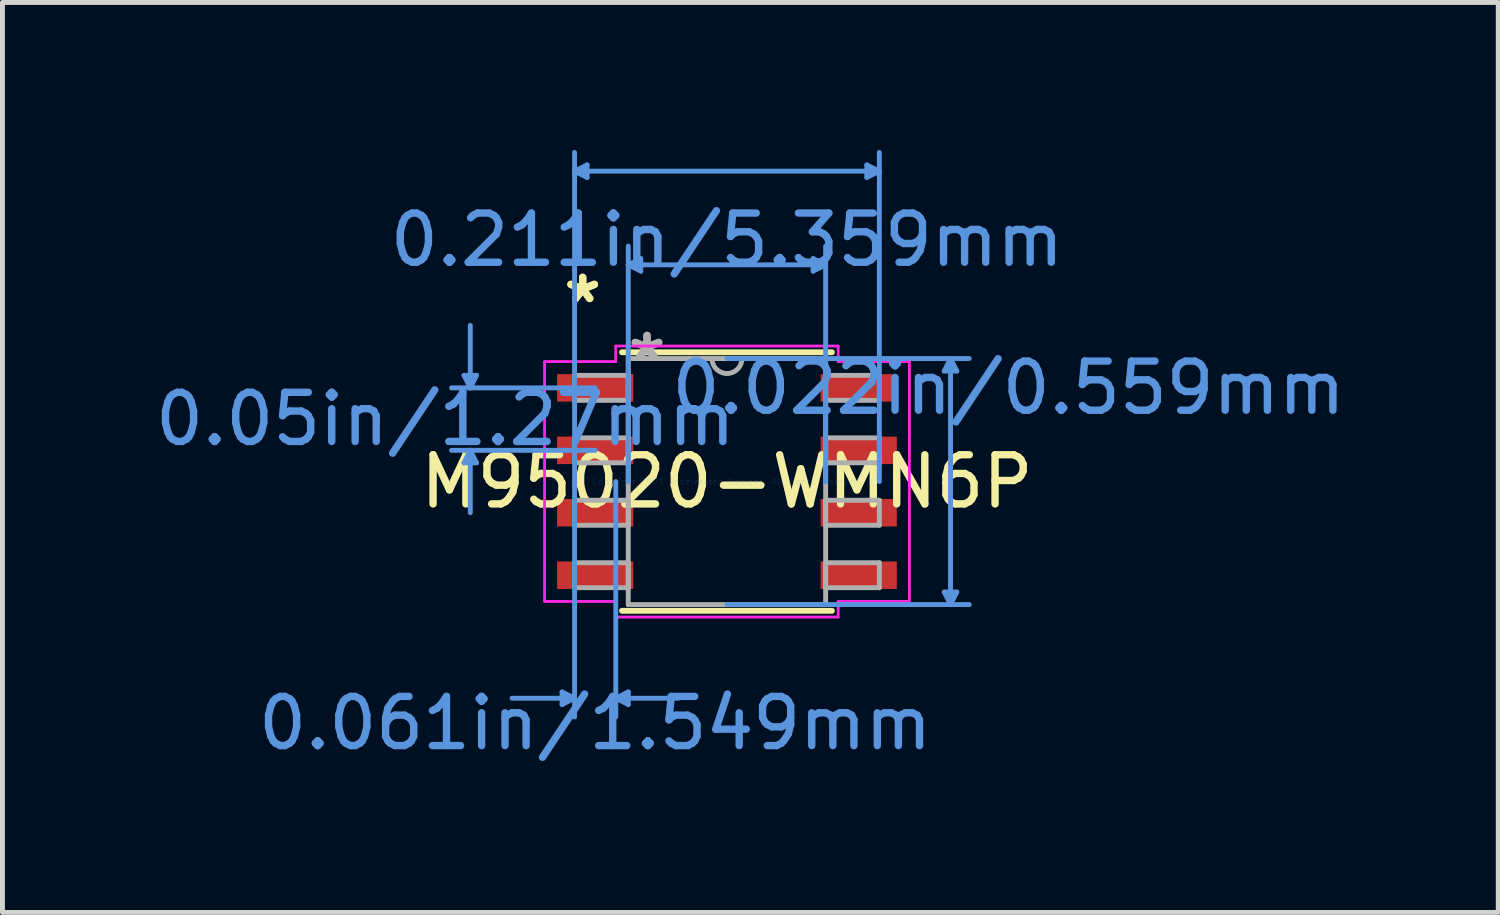
<source format=kicad_pcb>
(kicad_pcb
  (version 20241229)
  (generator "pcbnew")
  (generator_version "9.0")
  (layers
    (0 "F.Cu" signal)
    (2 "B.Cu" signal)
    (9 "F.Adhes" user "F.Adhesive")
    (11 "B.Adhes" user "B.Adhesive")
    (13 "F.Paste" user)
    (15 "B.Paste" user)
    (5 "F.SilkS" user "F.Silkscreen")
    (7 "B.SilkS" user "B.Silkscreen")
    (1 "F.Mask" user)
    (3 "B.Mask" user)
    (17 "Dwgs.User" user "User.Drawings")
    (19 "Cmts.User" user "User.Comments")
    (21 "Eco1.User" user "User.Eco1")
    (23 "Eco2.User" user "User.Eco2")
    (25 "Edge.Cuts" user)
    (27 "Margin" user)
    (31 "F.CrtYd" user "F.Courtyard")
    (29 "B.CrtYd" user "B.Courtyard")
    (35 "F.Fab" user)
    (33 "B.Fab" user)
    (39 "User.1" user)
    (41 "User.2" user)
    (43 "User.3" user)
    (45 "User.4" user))
  (footprint "M95020-WMN6P"
    (layer "F.Cu")
    (at 11.734 6.743)
    (property "Reference" "M95020-WMN6P" (at 0 0 0) (layer "F.SilkS") (effects (font (size 1 1) (thickness 0.15))))
    (attr through_hole)
    (fp_line (start -2.134 2.629) (end 2.134 2.629) (stroke (width 0.12) (type solid)) (layer "F.SilkS"))
    (fp_line (start 2.134 -2.629) (end -2.134 -2.629) (stroke (width 0.12) (type solid)) (layer "F.SilkS"))
    (fp_line (start -5.347 -2.159) (end -5.093 -2.159) (stroke (width 0.1) (type solid)) (layer "Cmts.User"))
    (fp_line (start -5.347 -0.381) (end -5.093 -0.381) (stroke (width 0.1) (type solid)) (layer "Cmts.User"))
    (fp_line (start -5.22 -1.905) (end -5.347 -2.159) (stroke (width 0.1) (type solid)) (layer "Cmts.User"))
    (fp_line (start -5.22 -1.905) (end -5.22 -3.175) (stroke (width 0.1) (type solid)) (layer "Cmts.User"))
    (fp_line (start -5.22 -1.905) (end -5.093 -2.159) (stroke (width 0.1) (type solid)) (layer "Cmts.User"))
    (fp_line (start -5.22 -0.635) (end -5.347 -0.381) (stroke (width 0.1) (type solid)) (layer "Cmts.User"))
    (fp_line (start -5.22 -0.635) (end -5.22 0.635) (stroke (width 0.1) (type solid)) (layer "Cmts.User"))
    (fp_line (start -5.22 -0.635) (end -5.093 -0.381) (stroke (width 0.1) (type solid)) (layer "Cmts.User"))
    (fp_line (start -3.353 4.28) (end -3.353 4.534) (stroke (width 0.1) (type solid)) (layer "Cmts.User"))
    (fp_line (start -3.099 -6.312) (end -2.845 -6.439) (stroke (width 0.1) (type solid)) (layer "Cmts.User"))
    (fp_line (start -3.099 -6.312) (end -2.845 -6.185) (stroke (width 0.1) (type solid)) (layer "Cmts.User"))
    (fp_line (start -3.099 -6.312) (end 3.099 -6.312) (stroke (width 0.1) (type solid)) (layer "Cmts.User"))
    (fp_line (start -3.099 0) (end -3.099 -6.693) (stroke (width 0.1) (type solid)) (layer "Cmts.User"))
    (fp_line (start -3.099 0) (end -3.099 4.788) (stroke (width 0.1) (type solid)) (layer "Cmts.User"))
    (fp_line (start -3.099 4.407) (end -4.369 4.407) (stroke (width 0.1) (type solid)) (layer "Cmts.User"))
    (fp_line (start -3.099 4.407) (end -3.353 4.28) (stroke (width 0.1) (type solid)) (layer "Cmts.User"))
    (fp_line (start -3.099 4.407) (end -3.353 4.534) (stroke (width 0.1) (type solid)) (layer "Cmts.User"))
    (fp_line (start -2.845 -6.439) (end -2.845 -6.185) (stroke (width 0.1) (type solid)) (layer "Cmts.User"))
    (fp_line (start -2.68 -1.905) (end -5.601 -1.905) (stroke (width 0.1) (type solid)) (layer "Cmts.User"))
    (fp_line (start -2.68 -0.635) (end -5.601 -0.635) (stroke (width 0.1) (type solid)) (layer "Cmts.User"))
    (fp_line (start -2.261 0) (end -2.261 4.788) (stroke (width 0.1) (type solid)) (layer "Cmts.User"))
    (fp_line (start -2.261 4.407) (end -2.007 4.28) (stroke (width 0.1) (type solid)) (layer "Cmts.User"))
    (fp_line (start -2.261 4.407) (end -2.007 4.534) (stroke (width 0.1) (type solid)) (layer "Cmts.User"))
    (fp_line (start -2.261 4.407) (end -0.991 4.407) (stroke (width 0.1) (type solid)) (layer "Cmts.User"))
    (fp_line (start -2.007 -4.407) (end -1.753 -4.534) (stroke (width 0.1) (type solid)) (layer "Cmts.User"))
    (fp_line (start -2.007 -4.407) (end -1.753 -4.28) (stroke (width 0.1) (type solid)) (layer "Cmts.User"))
    (fp_line (start -2.007 -4.407) (end 2.007 -4.407) (stroke (width 0.1) (type solid)) (layer "Cmts.User"))
    (fp_line (start -2.007 0) (end -2.007 -4.788) (stroke (width 0.1) (type solid)) (layer "Cmts.User"))
    (fp_line (start -2.007 4.28) (end -2.007 4.534) (stroke (width 0.1) (type solid)) (layer "Cmts.User"))
    (fp_line (start -1.753 -4.534) (end -1.753 -4.28) (stroke (width 0.1) (type solid)) (layer "Cmts.User"))
    (fp_line (start 0 -2.502) (end 4.928 -2.502) (stroke (width 0.1) (type solid)) (layer "Cmts.User"))
    (fp_line (start 0 2.502) (end 4.928 2.502) (stroke (width 0.1) (type solid)) (layer "Cmts.User"))
    (fp_line (start 1.753 -4.534) (end 1.753 -4.28) (stroke (width 0.1) (type solid)) (layer "Cmts.User"))
    (fp_line (start 2.007 -4.407) (end 1.753 -4.534) (stroke (width 0.1) (type solid)) (layer "Cmts.User"))
    (fp_line (start 2.007 -4.407) (end 1.753 -4.28) (stroke (width 0.1) (type solid)) (layer "Cmts.User"))
    (fp_line (start 2.007 0) (end 2.007 -4.788) (stroke (width 0.1) (type solid)) (layer "Cmts.User"))
    (fp_line (start 2.845 -6.439) (end 2.845 -6.185) (stroke (width 0.1) (type solid)) (layer "Cmts.User"))
    (fp_line (start 3.099 -6.312) (end 2.845 -6.439) (stroke (width 0.1) (type solid)) (layer "Cmts.User"))
    (fp_line (start 3.099 -6.312) (end 2.845 -6.185) (stroke (width 0.1) (type solid)) (layer "Cmts.User"))
    (fp_line (start 3.099 0) (end 3.099 -6.693) (stroke (width 0.1) (type solid)) (layer "Cmts.User"))
    (fp_line (start 4.42 -2.248) (end 4.674 -2.248) (stroke (width 0.1) (type solid)) (layer "Cmts.User"))
    (fp_line (start 4.42 2.248) (end 4.674 2.248) (stroke (width 0.1) (type solid)) (layer "Cmts.User"))
    (fp_line (start 4.547 -2.502) (end 4.42 -2.248) (stroke (width 0.1) (type solid)) (layer "Cmts.User"))
    (fp_line (start 4.547 -2.502) (end 4.547 2.502) (stroke (width 0.1) (type solid)) (layer "Cmts.User"))
    (fp_line (start 4.547 -2.502) (end 4.674 -2.248) (stroke (width 0.1) (type solid)) (layer "Cmts.User"))
    (fp_line (start 4.547 2.502) (end 4.42 2.248) (stroke (width 0.1) (type solid)) (layer "Cmts.User"))
    (fp_line (start 4.547 2.502) (end 4.674 2.248) (stroke (width 0.1) (type solid)) (layer "Cmts.User"))
    (fp_line (start -3.708 -2.438) (end -2.261 -2.438) (stroke (width 0.05) (type solid)) (layer "F.CrtYd"))
    (fp_line (start -3.708 -2.438) (end -2.261 -2.438) (stroke (width 0.05) (type solid)) (layer "F.CrtYd"))
    (fp_line (start -3.708 2.438) (end -3.708 -2.438) (stroke (width 0.05) (type solid)) (layer "F.CrtYd"))
    (fp_line (start -3.708 2.438) (end -3.708 -2.438) (stroke (width 0.05) (type solid)) (layer "F.CrtYd"))
    (fp_line (start -3.708 2.438) (end -2.261 2.438) (stroke (width 0.05) (type solid)) (layer "F.CrtYd"))
    (fp_line (start -2.261 -2.756) (end 2.261 -2.756) (stroke (width 0.05) (type solid)) (layer "F.CrtYd"))
    (fp_line (start -2.261 -2.756) (end 2.261 -2.756) (stroke (width 0.05) (type solid)) (layer "F.CrtYd"))
    (fp_line (start -2.261 -2.438) (end -2.261 -2.756) (stroke (width 0.05) (type solid)) (layer "F.CrtYd"))
    (fp_line (start -2.261 -2.438) (end -2.261 -2.756) (stroke (width 0.05) (type solid)) (layer "F.CrtYd"))
    (fp_line (start -2.261 2.438) (end -3.708 2.438) (stroke (width 0.05) (type solid)) (layer "F.CrtYd"))
    (fp_line (start -2.261 2.756) (end -2.261 2.438) (stroke (width 0.05) (type solid)) (layer "F.CrtYd"))
    (fp_line (start -2.261 2.756) (end -2.261 2.438) (stroke (width 0.05) (type solid)) (layer "F.CrtYd"))
    (fp_line (start 2.261 -2.756) (end 2.261 -2.438) (stroke (width 0.05) (type solid)) (layer "F.CrtYd"))
    (fp_line (start 2.261 -2.756) (end 2.261 -2.438) (stroke (width 0.05) (type solid)) (layer "F.CrtYd"))
    (fp_line (start 2.261 -2.438) (end 3.708 -2.438) (stroke (width 0.05) (type solid)) (layer "F.CrtYd"))
    (fp_line (start 2.261 2.438) (end 2.261 2.756) (stroke (width 0.05) (type solid)) (layer "F.CrtYd"))
    (fp_line (start 2.261 2.438) (end 2.261 2.756) (stroke (width 0.05) (type solid)) (layer "F.CrtYd"))
    (fp_line (start 2.261 2.756) (end -2.261 2.756) (stroke (width 0.05) (type solid)) (layer "F.CrtYd"))
    (fp_line (start 2.261 2.756) (end -2.261 2.756) (stroke (width 0.05) (type solid)) (layer "F.CrtYd"))
    (fp_line (start 3.708 -2.438) (end 2.261 -2.438) (stroke (width 0.05) (type solid)) (layer "F.CrtYd"))
    (fp_line (start 3.708 -2.438) (end 3.708 2.438) (stroke (width 0.05) (type solid)) (layer "F.CrtYd"))
    (fp_line (start 3.708 -2.438) (end 3.708 2.438) (stroke (width 0.05) (type solid)) (layer "F.CrtYd"))
    (fp_line (start 3.708 2.438) (end 2.261 2.438) (stroke (width 0.05) (type solid)) (layer "F.CrtYd"))
    (fp_line (start 3.708 2.438) (end 2.261 2.438) (stroke (width 0.05) (type solid)) (layer "F.CrtYd"))
    (fp_line (start -3.099 -2.159) (end -3.099 -1.651) (stroke (width 0.1) (type solid)) (layer "F.Fab"))
    (fp_line (start -3.099 -1.651) (end -2.007 -1.651) (stroke (width 0.1) (type solid)) (layer "F.Fab"))
    (fp_line (start -3.099 -0.889) (end -3.099 -0.381) (stroke (width 0.1) (type solid)) (layer "F.Fab"))
    (fp_line (start -3.099 -0.381) (end -2.007 -0.381) (stroke (width 0.1) (type solid)) (layer "F.Fab"))
    (fp_line (start -3.099 0.381) (end -3.099 0.889) (stroke (width 0.1) (type solid)) (layer "F.Fab"))
    (fp_line (start -3.099 0.889) (end -2.007 0.889) (stroke (width 0.1) (type solid)) (layer "F.Fab"))
    (fp_line (start -3.099 1.651) (end -3.099 2.159) (stroke (width 0.1) (type solid)) (layer "F.Fab"))
    (fp_line (start -3.099 2.159) (end -2.007 2.159) (stroke (width 0.1) (type solid)) (layer "F.Fab"))
    (fp_line (start -2.007 -2.502) (end -2.007 2.502) (stroke (width 0.1) (type solid)) (layer "F.Fab"))
    (fp_line (start -2.007 -2.159) (end -3.099 -2.159) (stroke (width 0.1) (type solid)) (layer "F.Fab"))
    (fp_line (start -2.007 -1.651) (end -2.007 -2.159) (stroke (width 0.1) (type solid)) (layer "F.Fab"))
    (fp_line (start -2.007 -0.889) (end -3.099 -0.889) (stroke (width 0.1) (type solid)) (layer "F.Fab"))
    (fp_line (start -2.007 -0.381) (end -2.007 -0.889) (stroke (width 0.1) (type solid)) (layer "F.Fab"))
    (fp_line (start -2.007 0.381) (end -3.099 0.381) (stroke (width 0.1) (type solid)) (layer "F.Fab"))
    (fp_line (start -2.007 0.889) (end -2.007 0.381) (stroke (width 0.1) (type solid)) (layer "F.Fab"))
    (fp_line (start -2.007 1.651) (end -3.099 1.651) (stroke (width 0.1) (type solid)) (layer "F.Fab"))
    (fp_line (start -2.007 2.159) (end -2.007 1.651) (stroke (width 0.1) (type solid)) (layer "F.Fab"))
    (fp_line (start -2.007 2.502) (end 2.007 2.502) (stroke (width 0.1) (type solid)) (layer "F.Fab"))
    (fp_line (start 2.007 -2.502) (end -2.007 -2.502) (stroke (width 0.1) (type solid)) (layer "F.Fab"))
    (fp_line (start 2.007 -2.159) (end 2.007 -1.651) (stroke (width 0.1) (type solid)) (layer "F.Fab"))
    (fp_line (start 2.007 -1.651) (end 3.099 -1.651) (stroke (width 0.1) (type solid)) (layer "F.Fab"))
    (fp_line (start 2.007 -0.889) (end 2.007 -0.381) (stroke (width 0.1) (type solid)) (layer "F.Fab"))
    (fp_line (start 2.007 -0.381) (end 3.099 -0.381) (stroke (width 0.1) (type solid)) (layer "F.Fab"))
    (fp_line (start 2.007 0.381) (end 2.007 0.889) (stroke (width 0.1) (type solid)) (layer "F.Fab"))
    (fp_line (start 2.007 0.889) (end 3.099 0.889) (stroke (width 0.1) (type solid)) (layer "F.Fab"))
    (fp_line (start 2.007 1.651) (end 2.007 2.159) (stroke (width 0.1) (type solid)) (layer "F.Fab"))
    (fp_line (start 2.007 2.159) (end 3.099 2.159) (stroke (width 0.1) (type solid)) (layer "F.Fab"))
    (fp_line (start 2.007 2.502) (end 2.007 -2.502) (stroke (width 0.1) (type solid)) (layer "F.Fab"))
    (fp_line (start 3.099 -2.159) (end 2.007 -2.159) (stroke (width 0.1) (type solid)) (layer "F.Fab"))
    (fp_line (start 3.099 -1.651) (end 3.099 -2.159) (stroke (width 0.1) (type solid)) (layer "F.Fab"))
    (fp_line (start 3.099 -0.889) (end 2.007 -0.889) (stroke (width 0.1) (type solid)) (layer "F.Fab"))
    (fp_line (start 3.099 -0.381) (end 3.099 -0.889) (stroke (width 0.1) (type solid)) (layer "F.Fab"))
    (fp_line (start 3.099 0.381) (end 2.007 0.381) (stroke (width 0.1) (type solid)) (layer "F.Fab"))
    (fp_line (start 3.099 0.889) (end 3.099 0.381) (stroke (width 0.1) (type solid)) (layer "F.Fab"))
    (fp_line (start 3.099 1.651) (end 2.007 1.651) (stroke (width 0.1) (type solid)) (layer "F.Fab"))
    (fp_line (start 3.099 2.159) (end 3.099 1.651) (stroke (width 0.1) (type solid)) (layer "F.Fab"))
    (fp_arc (start 0.3048 -2.5019) (mid 0 -2.1971) (end -0.3048 -2.5019) (stroke (width 0.1) (type solid)) (layer "F.Fab"))
    (fp_text user "*" (at -2.934 -3.607 0) (layer "F.SilkS") (effects (font (size 1 1) (thickness 0.15))))
    (fp_text user "*" (at -2.934 -3.607 0) (layer "F.SilkS") (effects (font (size 1 1) (thickness 0.15))))
    (fp_text user "0.022in/0.559mm" (at 5.728 -1.905 0) (layer "Cmts.User") (effects (font (size 1 1) (thickness 0.15))))
    (fp_text user "Copyright 2021 Accelerated Designs. All rights reserved." (at 0 0 0) (layer "Cmts.User") (effects (font (size 0.127 0.127) (thickness 0.002))))
    (fp_text user "0.061in/1.549mm" (at -2.68 4.915 0) (layer "Cmts.User") (effects (font (size 1 1) (thickness 0.15))))
    (fp_text user "0.05in/1.27mm" (at -5.728 -1.27 0) (layer "Cmts.User") (effects (font (size 1 1) (thickness 0.15))))
    (fp_text user "0.211in/5.359mm" (at 0 -4.915 0) (layer "Cmts.User") (effects (font (size 1 1) (thickness 0.15))))
    (fp_text user "*" (at -1.626 -2.426 0) (layer "F.Fab") (effects (font (size 1 1) (thickness 0.15))))
    (fp_text user "*" (at -1.626 -2.426 0) (layer "F.Fab") (effects (font (size 1 1) (thickness 0.15))))
    (pad "1" smd rect (at -2.68 -1.905) (size 1.549 0.559) (layers "F.Cu" "F.Mask" "F.Paste"))
    (pad "2" smd rect (at -2.68 -0.635) (size 1.549 0.559) (layers "F.Cu" "F.Mask" "F.Paste"))
    (pad "3" smd rect (at -2.68 0.635) (size 1.549 0.559) (layers "F.Cu" "F.Mask" "F.Paste"))
    (pad "4" smd rect (at -2.68 1.905) (size 1.549 0.559) (layers "F.Cu" "F.Mask" "F.Paste"))
    (pad "5" smd rect (at 2.68 1.905) (size 1.549 0.559) (layers "F.Cu" "F.Mask" "F.Paste"))
    (pad "6" smd rect (at 2.68 0.635) (size 1.549 0.559) (layers "F.Cu" "F.Mask" "F.Paste"))
    (pad "7" smd rect (at 2.68 -0.635) (size 1.549 0.559) (layers "F.Cu" "F.Mask" "F.Paste"))
    (pad "8" smd rect (at 2.68 -1.905) (size 1.549 0.559) (layers "F.Cu" "F.Mask" "F.Paste")))
  (gr_rect
    (start -3 -3)
    (end 27.42 15.506)
    (stroke (width 0.1) (type default))
    (fill no)
    (layer "Edge.Cuts")))
</source>
